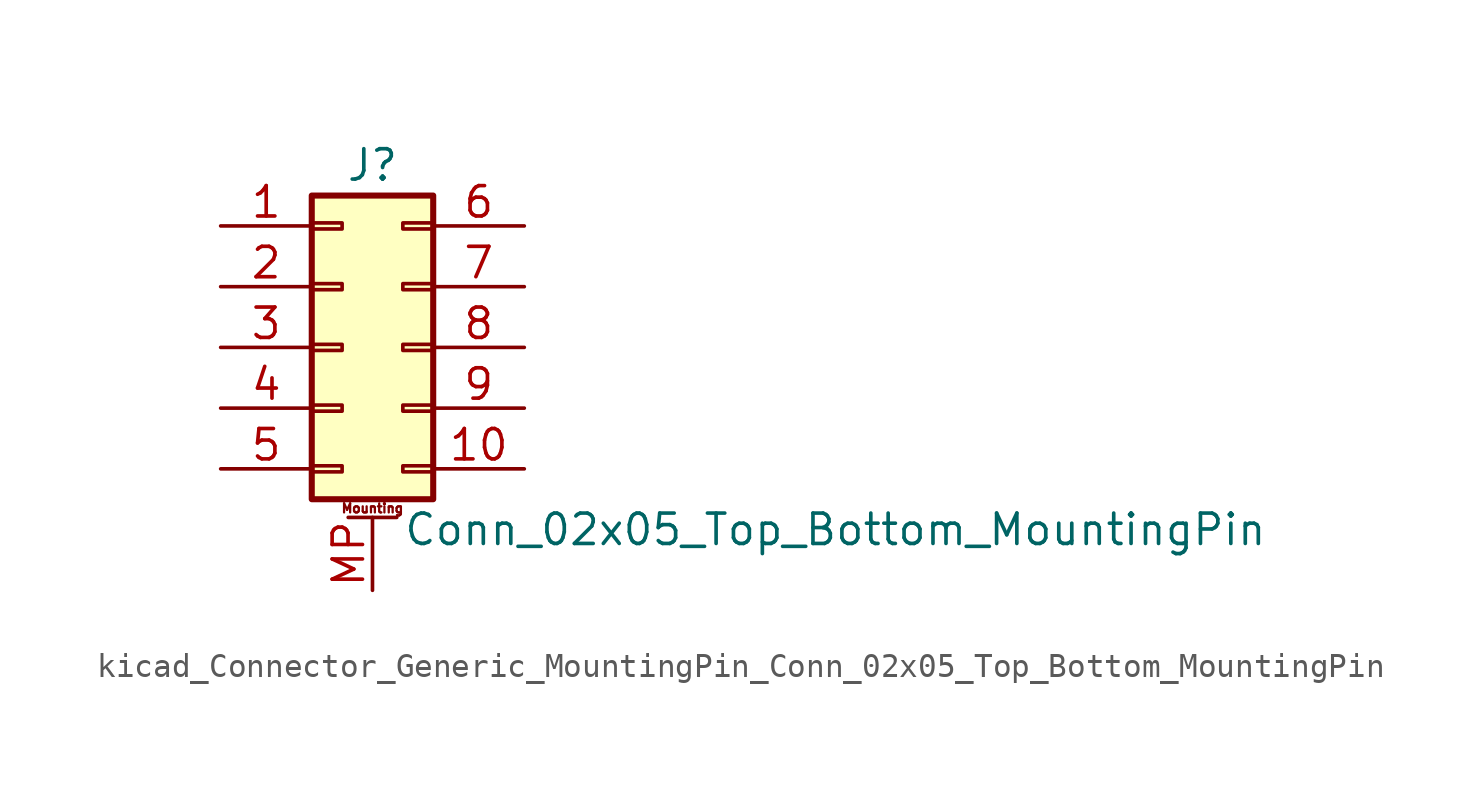
<source format=kicad_sym>
(kicad_symbol_lib
  (version 20220914)
  (generator kicad_symbol_editor)
  (symbol "kicad_Connector_Generic_MountingPin_Conn_02x05_Top_Bottom_MountingPin"
    (pin_names
      (offset 1.016) hide)
    (property "Reference" "J"
      (at 1.27 7.62 0)
      (effects (font (size 1.27 1.27))))
    (property "Value" "Conn_02x05_Top_Bottom_MountingPin"
      (at 2.54 -7.62 0)
      (effects (font (size 1.27 1.27)) (justify left)))
    (symbol "kicad_Connector_Generic_MountingPin_Conn_02x05_Top_Bottom_MountingPin_1_1"
      (rectangle (start -1.27 -4.953) (end 0 -5.207) (stroke (width 0.152) (type default)) (fill (type none)))
      (rectangle (start -1.27 -2.413) (end 0 -2.667) (stroke (width 0.152) (type default)) (fill (type none)))
      (rectangle (start -1.27 0.127) (end 0 -0.127) (stroke (width 0.152) (type default)) (fill (type none)))
      (rectangle (start -1.27 2.667) (end 0 2.413) (stroke (width 0.152) (type default)) (fill (type none)))
      (rectangle (start -1.27 5.207) (end 0 4.953) (stroke (width 0.152) (type default)) (fill (type none)))
      (rectangle (start -1.27 6.35) (end 3.81 -6.35) (stroke (width 0.254) (type default)) (fill (type background)))
      (polyline (pts (xy 0.254 -7.112) (xy 2.286 -7.112)) (stroke (width 0.152) (type default)) (fill (type none)))
      (rectangle (start 3.81 -4.953) (end 2.54 -5.207) (stroke (width 0.152) (type default)) (fill (type none)))
      (rectangle (start 3.81 -2.413) (end 2.54 -2.667) (stroke (width 0.152) (type default)) (fill (type none)))
      (rectangle (start 3.81 0.127) (end 2.54 -0.127) (stroke (width 0.152) (type default)) (fill (type none)))
      (rectangle (start 3.81 2.667) (end 2.54 2.413) (stroke (width 0.152) (type default)) (fill (type none)))
      (rectangle (start 3.81 5.207) (end 2.54 4.953) (stroke (width 0.152) (type default)) (fill (type none)))
      (text "Mounting" (at 1.27 -6.731 0) (effects (font (size 0.381 0.381))))
      (pin passive line (at -5.08 5.08 0) (length 3.81) (name "Pin_1" (effects (font (size 1.27 1.27)))) (number "1" (effects (font (size 1.27 1.27)))))
      (pin passive line (at 7.62 -5.08 180) (length 3.81) (name "Pin_10" (effects (font (size 1.27 1.27)))) (number "10" (effects (font (size 1.27 1.27)))))
      (pin passive line (at -5.08 2.54 0) (length 3.81) (name "Pin_2" (effects (font (size 1.27 1.27)))) (number "2" (effects (font (size 1.27 1.27)))))
      (pin passive line (at -5.08 0 0) (length 3.81) (name "Pin_3" (effects (font (size 1.27 1.27)))) (number "3" (effects (font (size 1.27 1.27)))))
      (pin passive line (at -5.08 -2.54 0) (length 3.81) (name "Pin_4" (effects (font (size 1.27 1.27)))) (number "4" (effects (font (size 1.27 1.27)))))
      (pin passive line (at -5.08 -5.08 0) (length 3.81) (name "Pin_5" (effects (font (size 1.27 1.27)))) (number "5" (effects (font (size 1.27 1.27)))))
      (pin passive line (at 7.62 5.08 180) (length 3.81) (name "Pin_6" (effects (font (size 1.27 1.27)))) (number "6" (effects (font (size 1.27 1.27)))))
      (pin passive line (at 7.62 2.54 180) (length 3.81) (name "Pin_7" (effects (font (size 1.27 1.27)))) (number "7" (effects (font (size 1.27 1.27)))))
      (pin passive line (at 7.62 0 180) (length 3.81) (name "Pin_8" (effects (font (size 1.27 1.27)))) (number "8" (effects (font (size 1.27 1.27)))))
      (pin passive line (at 7.62 -2.54 180) (length 3.81) (name "Pin_9" (effects (font (size 1.27 1.27)))) (number "9" (effects (font (size 1.27 1.27)))))
      (pin passive line (at 1.27 -10.16 90) (length 3.048) (name "MountPin" (effects (font (size 1.27 1.27)))) (number "MP" (effects (font (size 1.27 1.27))))))))
</source>
